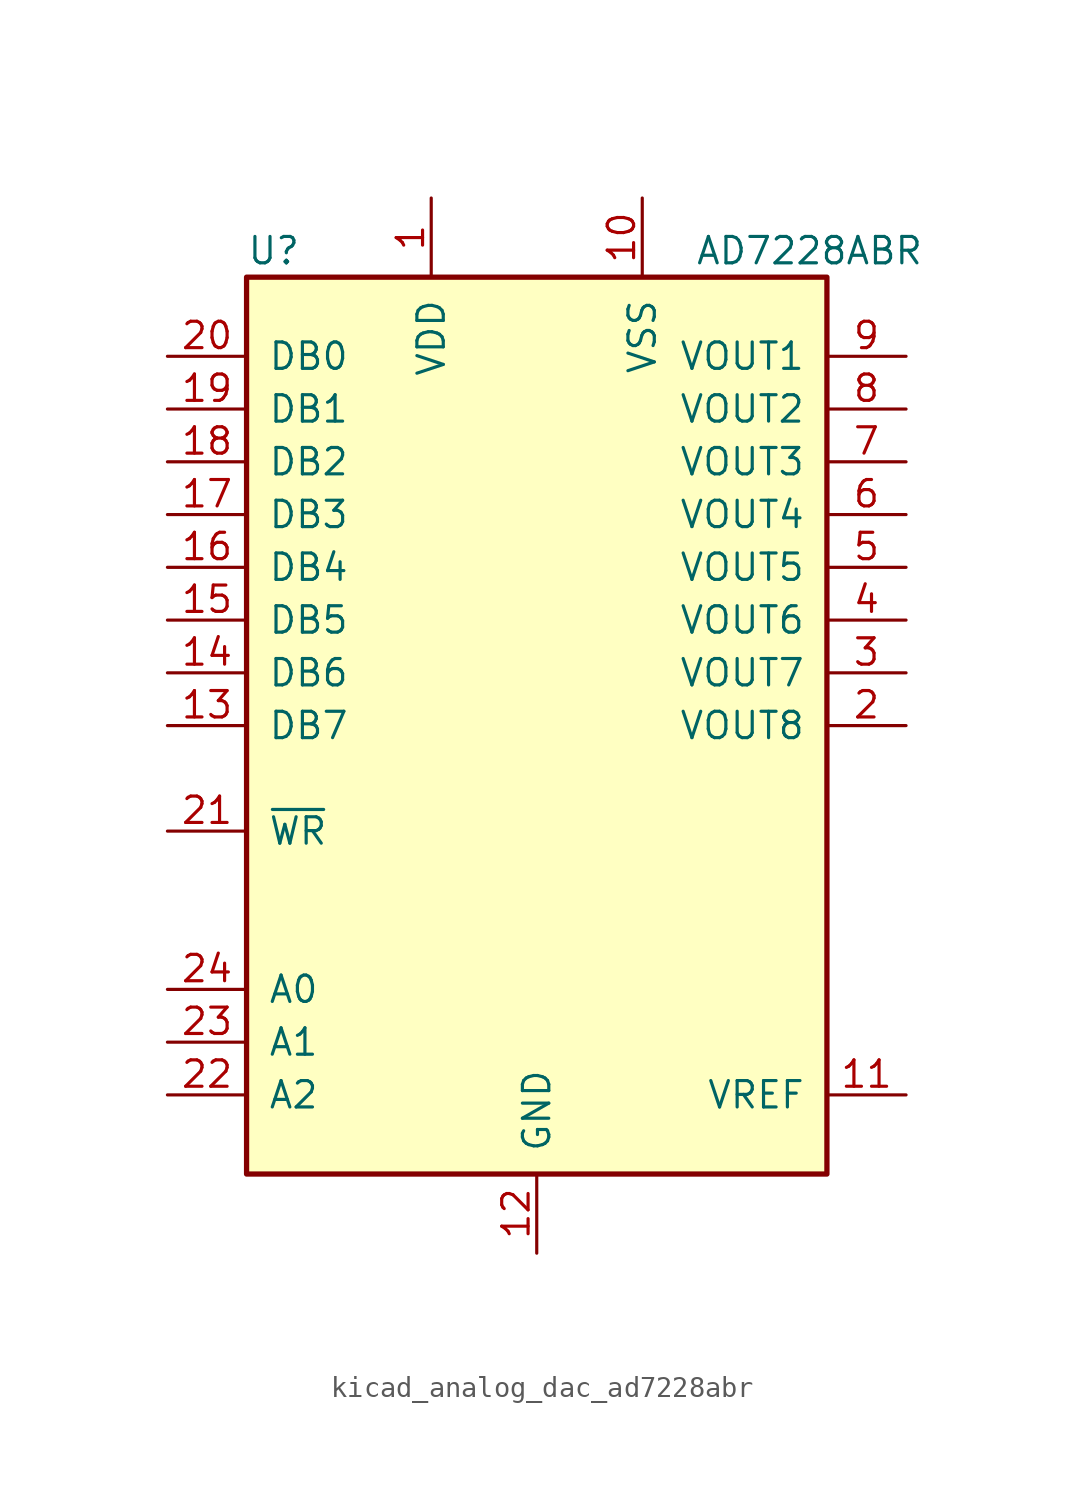
<source format=kicad_sym>
(kicad_symbol_lib
  (version 20220914)
  (generator kicad_symbol_editor)
  (symbol "kicad_analog_dac_ad7228abr"
    (pin_names
      (offset 1.016))
    (property "Reference" "U"
      (at -13.97 22.86 0)
      (effects (font (size 1.27 1.27)) (justify left)))
    (property "Value" "AD7228ABR"
      (at 7.62 22.86 0)
      (effects (font (size 1.27 1.27)) (justify left)))
    (symbol "kicad_analog_dac_ad7228abr_0_1"
      (rectangle (start -13.97 -21.59) (end 13.97 21.59) (stroke (width 0.254) (type default)) (fill (type background))))
    (symbol "kicad_analog_dac_ad7228abr_1_1"
      (pin power_in line (at -5.08 25.4 270) (length 3.81) (name "VDD" (effects (font (size 1.27 1.27)))) (number "1" (effects (font (size 1.27 1.27)))))
      (pin power_in line (at 5.08 25.4 270) (length 3.81) (name "VSS" (effects (font (size 1.27 1.27)))) (number "10" (effects (font (size 1.27 1.27)))))
      (pin passive line (at 17.78 -17.78 180) (length 3.81) (name "VREF" (effects (font (size 1.27 1.27)))) (number "11" (effects (font (size 1.27 1.27)))))
      (pin power_in line (at 0 -25.4 90) (length 3.81) (name "GND" (effects (font (size 1.27 1.27)))) (number "12" (effects (font (size 1.27 1.27)))))
      (pin input line (at -17.78 0 0) (length 3.81) (name "DB7" (effects (font (size 1.27 1.27)))) (number "13" (effects (font (size 1.27 1.27)))))
      (pin input line (at -17.78 2.54 0) (length 3.81) (name "DB6" (effects (font (size 1.27 1.27)))) (number "14" (effects (font (size 1.27 1.27)))))
      (pin input line (at -17.78 5.08 0) (length 3.81) (name "DB5" (effects (font (size 1.27 1.27)))) (number "15" (effects (font (size 1.27 1.27)))))
      (pin input line (at -17.78 7.62 0) (length 3.81) (name "DB4" (effects (font (size 1.27 1.27)))) (number "16" (effects (font (size 1.27 1.27)))))
      (pin input line (at -17.78 10.16 0) (length 3.81) (name "DB3" (effects (font (size 1.27 1.27)))) (number "17" (effects (font (size 1.27 1.27)))))
      (pin input line (at -17.78 12.7 0) (length 3.81) (name "DB2" (effects (font (size 1.27 1.27)))) (number "18" (effects (font (size 1.27 1.27)))))
      (pin input line (at -17.78 15.24 0) (length 3.81) (name "DB1" (effects (font (size 1.27 1.27)))) (number "19" (effects (font (size 1.27 1.27)))))
      (pin output line (at 17.78 0 180) (length 3.81) (name "VOUT8" (effects (font (size 1.27 1.27)))) (number "2" (effects (font (size 1.27 1.27)))))
      (pin input line (at -17.78 17.78 0) (length 3.81) (name "DB0" (effects (font (size 1.27 1.27)))) (number "20" (effects (font (size 1.27 1.27)))))
      (pin input line (at -17.78 -5.08 0) (length 3.81) (name "~{WR}" (effects (font (size 1.27 1.27)))) (number "21" (effects (font (size 1.27 1.27)))))
      (pin input line (at -17.78 -17.78 0) (length 3.81) (name "A2" (effects (font (size 1.27 1.27)))) (number "22" (effects (font (size 1.27 1.27)))))
      (pin input line (at -17.78 -15.24 0) (length 3.81) (name "A1" (effects (font (size 1.27 1.27)))) (number "23" (effects (font (size 1.27 1.27)))))
      (pin input line (at -17.78 -12.7 0) (length 3.81) (name "A0" (effects (font (size 1.27 1.27)))) (number "24" (effects (font (size 1.27 1.27)))))
      (pin output line (at 17.78 2.54 180) (length 3.81) (name "VOUT7" (effects (font (size 1.27 1.27)))) (number "3" (effects (font (size 1.27 1.27)))))
      (pin output line (at 17.78 5.08 180) (length 3.81) (name "VOUT6" (effects (font (size 1.27 1.27)))) (number "4" (effects (font (size 1.27 1.27)))))
      (pin output line (at 17.78 7.62 180) (length 3.81) (name "VOUT5" (effects (font (size 1.27 1.27)))) (number "5" (effects (font (size 1.27 1.27)))))
      (pin output line (at 17.78 10.16 180) (length 3.81) (name "VOUT4" (effects (font (size 1.27 1.27)))) (number "6" (effects (font (size 1.27 1.27)))))
      (pin output line (at 17.78 12.7 180) (length 3.81) (name "VOUT3" (effects (font (size 1.27 1.27)))) (number "7" (effects (font (size 1.27 1.27)))))
      (pin output line (at 17.78 15.24 180) (length 3.81) (name "VOUT2" (effects (font (size 1.27 1.27)))) (number "8" (effects (font (size 1.27 1.27)))))
      (pin output line (at 17.78 17.78 180) (length 3.81) (name "VOUT1" (effects (font (size 1.27 1.27)))) (number "9" (effects (font (size 1.27 1.27))))))))
</source>
